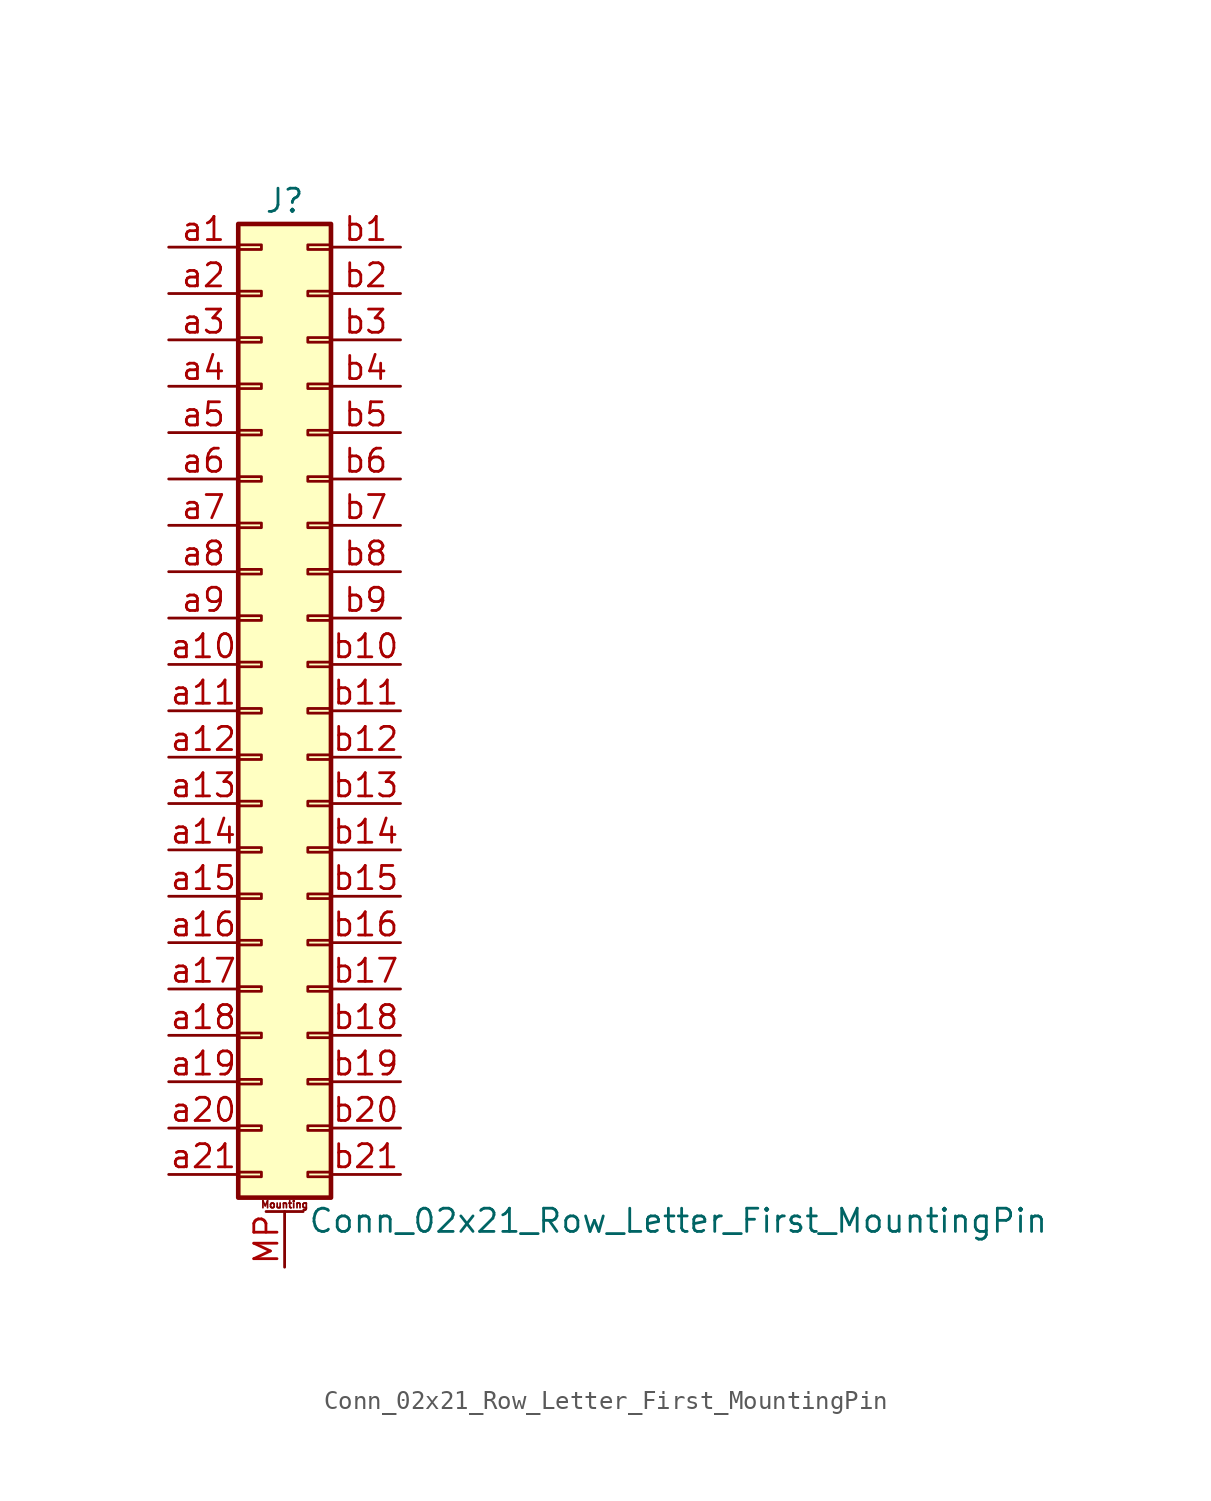
<source format=kicad_sym>
(kicad_symbol_lib
  (version 20220914)
  (generator kicad_symbol_editor)
  (symbol "Conn_02x21_Row_Letter_First_MountingPin"
    (pin_names
      (offset 1.016) hide)
    (property "Reference" "J"
      (at 1.27 27.94 0)
      (effects (font (size 1.27 1.27))))
    (property "Value" "Conn_02x21_Row_Letter_First_MountingPin"
      (at 2.54 -27.94 0)
      (effects (font (size 1.27 1.27)) (justify left)))
    (symbol "Conn_02x21_Row_Letter_First_MountingPin_1_1"
      (rectangle (start -1.27 -25.273) (end 0 -25.527) (stroke (width 0.152) (type default)) (fill (type none)))
      (rectangle (start -1.27 -22.733) (end 0 -22.987) (stroke (width 0.152) (type default)) (fill (type none)))
      (rectangle (start -1.27 -20.193) (end 0 -20.447) (stroke (width 0.152) (type default)) (fill (type none)))
      (rectangle (start -1.27 -17.653) (end 0 -17.907) (stroke (width 0.152) (type default)) (fill (type none)))
      (rectangle (start -1.27 -15.113) (end 0 -15.367) (stroke (width 0.152) (type default)) (fill (type none)))
      (rectangle (start -1.27 -12.573) (end 0 -12.827) (stroke (width 0.152) (type default)) (fill (type none)))
      (rectangle (start -1.27 -10.033) (end 0 -10.287) (stroke (width 0.152) (type default)) (fill (type none)))
      (rectangle (start -1.27 -7.493) (end 0 -7.747) (stroke (width 0.152) (type default)) (fill (type none)))
      (rectangle (start -1.27 -4.953) (end 0 -5.207) (stroke (width 0.152) (type default)) (fill (type none)))
      (rectangle (start -1.27 -2.413) (end 0 -2.667) (stroke (width 0.152) (type default)) (fill (type none)))
      (rectangle (start -1.27 0.127) (end 0 -0.127) (stroke (width 0.152) (type default)) (fill (type none)))
      (rectangle (start -1.27 2.667) (end 0 2.413) (stroke (width 0.152) (type default)) (fill (type none)))
      (rectangle (start -1.27 5.207) (end 0 4.953) (stroke (width 0.152) (type default)) (fill (type none)))
      (rectangle (start -1.27 7.747) (end 0 7.493) (stroke (width 0.152) (type default)) (fill (type none)))
      (rectangle (start -1.27 10.287) (end 0 10.033) (stroke (width 0.152) (type default)) (fill (type none)))
      (rectangle (start -1.27 12.827) (end 0 12.573) (stroke (width 0.152) (type default)) (fill (type none)))
      (rectangle (start -1.27 15.367) (end 0 15.113) (stroke (width 0.152) (type default)) (fill (type none)))
      (rectangle (start -1.27 17.907) (end 0 17.653) (stroke (width 0.152) (type default)) (fill (type none)))
      (rectangle (start -1.27 20.447) (end 0 20.193) (stroke (width 0.152) (type default)) (fill (type none)))
      (rectangle (start -1.27 22.987) (end 0 22.733) (stroke (width 0.152) (type default)) (fill (type none)))
      (rectangle (start -1.27 25.527) (end 0 25.273) (stroke (width 0.152) (type default)) (fill (type none)))
      (rectangle (start -1.27 26.67) (end 3.81 -26.67) (stroke (width 0.254) (type default)) (fill (type background)))
      (polyline (pts (xy 0.254 -27.432) (xy 2.286 -27.432)) (stroke (width 0.152) (type default)) (fill (type none)))
      (rectangle (start 3.81 -25.273) (end 2.54 -25.527) (stroke (width 0.152) (type default)) (fill (type none)))
      (rectangle (start 3.81 -22.733) (end 2.54 -22.987) (stroke (width 0.152) (type default)) (fill (type none)))
      (rectangle (start 3.81 -20.193) (end 2.54 -20.447) (stroke (width 0.152) (type default)) (fill (type none)))
      (rectangle (start 3.81 -17.653) (end 2.54 -17.907) (stroke (width 0.152) (type default)) (fill (type none)))
      (rectangle (start 3.81 -15.113) (end 2.54 -15.367) (stroke (width 0.152) (type default)) (fill (type none)))
      (rectangle (start 3.81 -12.573) (end 2.54 -12.827) (stroke (width 0.152) (type default)) (fill (type none)))
      (rectangle (start 3.81 -10.033) (end 2.54 -10.287) (stroke (width 0.152) (type default)) (fill (type none)))
      (rectangle (start 3.81 -7.493) (end 2.54 -7.747) (stroke (width 0.152) (type default)) (fill (type none)))
      (rectangle (start 3.81 -4.953) (end 2.54 -5.207) (stroke (width 0.152) (type default)) (fill (type none)))
      (rectangle (start 3.81 -2.413) (end 2.54 -2.667) (stroke (width 0.152) (type default)) (fill (type none)))
      (rectangle (start 3.81 0.127) (end 2.54 -0.127) (stroke (width 0.152) (type default)) (fill (type none)))
      (rectangle (start 3.81 2.667) (end 2.54 2.413) (stroke (width 0.152) (type default)) (fill (type none)))
      (rectangle (start 3.81 5.207) (end 2.54 4.953) (stroke (width 0.152) (type default)) (fill (type none)))
      (rectangle (start 3.81 7.747) (end 2.54 7.493) (stroke (width 0.152) (type default)) (fill (type none)))
      (rectangle (start 3.81 10.287) (end 2.54 10.033) (stroke (width 0.152) (type default)) (fill (type none)))
      (rectangle (start 3.81 12.827) (end 2.54 12.573) (stroke (width 0.152) (type default)) (fill (type none)))
      (rectangle (start 3.81 15.367) (end 2.54 15.113) (stroke (width 0.152) (type default)) (fill (type none)))
      (rectangle (start 3.81 17.907) (end 2.54 17.653) (stroke (width 0.152) (type default)) (fill (type none)))
      (rectangle (start 3.81 20.447) (end 2.54 20.193) (stroke (width 0.152) (type default)) (fill (type none)))
      (rectangle (start 3.81 22.987) (end 2.54 22.733) (stroke (width 0.152) (type default)) (fill (type none)))
      (rectangle (start 3.81 25.527) (end 2.54 25.273) (stroke (width 0.152) (type default)) (fill (type none)))
      (text "Mounting" (at 1.27 -27.051 0) (effects (font (size 0.381 0.381))))
      (pin passive line (at 1.27 -30.48 90) (length 3.048) (name "MountPin" (effects (font (size 1.27 1.27)))) (number "MP" (effects (font (size 1.27 1.27)))))
      (pin passive line (at -5.08 25.4 0) (length 3.81) (name "Pin_a1" (effects (font (size 1.27 1.27)))) (number "a1" (effects (font (size 1.27 1.27)))))
      (pin passive line (at -5.08 2.54 0) (length 3.81) (name "Pin_a10" (effects (font (size 1.27 1.27)))) (number "a10" (effects (font (size 1.27 1.27)))))
      (pin passive line (at -5.08 0 0) (length 3.81) (name "Pin_a11" (effects (font (size 1.27 1.27)))) (number "a11" (effects (font (size 1.27 1.27)))))
      (pin passive line (at -5.08 -2.54 0) (length 3.81) (name "Pin_a12" (effects (font (size 1.27 1.27)))) (number "a12" (effects (font (size 1.27 1.27)))))
      (pin passive line (at -5.08 -5.08 0) (length 3.81) (name "Pin_a13" (effects (font (size 1.27 1.27)))) (number "a13" (effects (font (size 1.27 1.27)))))
      (pin passive line (at -5.08 -7.62 0) (length 3.81) (name "Pin_a14" (effects (font (size 1.27 1.27)))) (number "a14" (effects (font (size 1.27 1.27)))))
      (pin passive line (at -5.08 -10.16 0) (length 3.81) (name "Pin_a15" (effects (font (size 1.27 1.27)))) (number "a15" (effects (font (size 1.27 1.27)))))
      (pin passive line (at -5.08 -12.7 0) (length 3.81) (name "Pin_a16" (effects (font (size 1.27 1.27)))) (number "a16" (effects (font (size 1.27 1.27)))))
      (pin passive line (at -5.08 -15.24 0) (length 3.81) (name "Pin_a17" (effects (font (size 1.27 1.27)))) (number "a17" (effects (font (size 1.27 1.27)))))
      (pin passive line (at -5.08 -17.78 0) (length 3.81) (name "Pin_a18" (effects (font (size 1.27 1.27)))) (number "a18" (effects (font (size 1.27 1.27)))))
      (pin passive line (at -5.08 -20.32 0) (length 3.81) (name "Pin_a19" (effects (font (size 1.27 1.27)))) (number "a19" (effects (font (size 1.27 1.27)))))
      (pin passive line (at -5.08 22.86 0) (length 3.81) (name "Pin_a2" (effects (font (size 1.27 1.27)))) (number "a2" (effects (font (size 1.27 1.27)))))
      (pin passive line (at -5.08 -22.86 0) (length 3.81) (name "Pin_a20" (effects (font (size 1.27 1.27)))) (number "a20" (effects (font (size 1.27 1.27)))))
      (pin passive line (at -5.08 -25.4 0) (length 3.81) (name "Pin_a21" (effects (font (size 1.27 1.27)))) (number "a21" (effects (font (size 1.27 1.27)))))
      (pin passive line (at -5.08 20.32 0) (length 3.81) (name "Pin_a3" (effects (font (size 1.27 1.27)))) (number "a3" (effects (font (size 1.27 1.27)))))
      (pin passive line (at -5.08 17.78 0) (length 3.81) (name "Pin_a4" (effects (font (size 1.27 1.27)))) (number "a4" (effects (font (size 1.27 1.27)))))
      (pin passive line (at -5.08 15.24 0) (length 3.81) (name "Pin_a5" (effects (font (size 1.27 1.27)))) (number "a5" (effects (font (size 1.27 1.27)))))
      (pin passive line (at -5.08 12.7 0) (length 3.81) (name "Pin_a6" (effects (font (size 1.27 1.27)))) (number "a6" (effects (font (size 1.27 1.27)))))
      (pin passive line (at -5.08 10.16 0) (length 3.81) (name "Pin_a7" (effects (font (size 1.27 1.27)))) (number "a7" (effects (font (size 1.27 1.27)))))
      (pin passive line (at -5.08 7.62 0) (length 3.81) (name "Pin_a8" (effects (font (size 1.27 1.27)))) (number "a8" (effects (font (size 1.27 1.27)))))
      (pin passive line (at -5.08 5.08 0) (length 3.81) (name "Pin_a9" (effects (font (size 1.27 1.27)))) (number "a9" (effects (font (size 1.27 1.27)))))
      (pin passive line (at 7.62 25.4 180) (length 3.81) (name "Pin_b1" (effects (font (size 1.27 1.27)))) (number "b1" (effects (font (size 1.27 1.27)))))
      (pin passive line (at 7.62 2.54 180) (length 3.81) (name "Pin_b10" (effects (font (size 1.27 1.27)))) (number "b10" (effects (font (size 1.27 1.27)))))
      (pin passive line (at 7.62 0 180) (length 3.81) (name "Pin_b11" (effects (font (size 1.27 1.27)))) (number "b11" (effects (font (size 1.27 1.27)))))
      (pin passive line (at 7.62 -2.54 180) (length 3.81) (name "Pin_b12" (effects (font (size 1.27 1.27)))) (number "b12" (effects (font (size 1.27 1.27)))))
      (pin passive line (at 7.62 -5.08 180) (length 3.81) (name "Pin_b13" (effects (font (size 1.27 1.27)))) (number "b13" (effects (font (size 1.27 1.27)))))
      (pin passive line (at 7.62 -7.62 180) (length 3.81) (name "Pin_b14" (effects (font (size 1.27 1.27)))) (number "b14" (effects (font (size 1.27 1.27)))))
      (pin passive line (at 7.62 -10.16 180) (length 3.81) (name "Pin_b15" (effects (font (size 1.27 1.27)))) (number "b15" (effects (font (size 1.27 1.27)))))
      (pin passive line (at 7.62 -12.7 180) (length 3.81) (name "Pin_b16" (effects (font (size 1.27 1.27)))) (number "b16" (effects (font (size 1.27 1.27)))))
      (pin passive line (at 7.62 -15.24 180) (length 3.81) (name "Pin_b17" (effects (font (size 1.27 1.27)))) (number "b17" (effects (font (size 1.27 1.27)))))
      (pin passive line (at 7.62 -17.78 180) (length 3.81) (name "Pin_b18" (effects (font (size 1.27 1.27)))) (number "b18" (effects (font (size 1.27 1.27)))))
      (pin passive line (at 7.62 -20.32 180) (length 3.81) (name "Pin_b19" (effects (font (size 1.27 1.27)))) (number "b19" (effects (font (size 1.27 1.27)))))
      (pin passive line (at 7.62 22.86 180) (length 3.81) (name "Pin_b2" (effects (font (size 1.27 1.27)))) (number "b2" (effects (font (size 1.27 1.27)))))
      (pin passive line (at 7.62 -22.86 180) (length 3.81) (name "Pin_b20" (effects (font (size 1.27 1.27)))) (number "b20" (effects (font (size 1.27 1.27)))))
      (pin passive line (at 7.62 -25.4 180) (length 3.81) (name "Pin_b21" (effects (font (size 1.27 1.27)))) (number "b21" (effects (font (size 1.27 1.27)))))
      (pin passive line (at 7.62 20.32 180) (length 3.81) (name "Pin_b3" (effects (font (size 1.27 1.27)))) (number "b3" (effects (font (size 1.27 1.27)))))
      (pin passive line (at 7.62 17.78 180) (length 3.81) (name "Pin_b4" (effects (font (size 1.27 1.27)))) (number "b4" (effects (font (size 1.27 1.27)))))
      (pin passive line (at 7.62 15.24 180) (length 3.81) (name "Pin_b5" (effects (font (size 1.27 1.27)))) (number "b5" (effects (font (size 1.27 1.27)))))
      (pin passive line (at 7.62 12.7 180) (length 3.81) (name "Pin_b6" (effects (font (size 1.27 1.27)))) (number "b6" (effects (font (size 1.27 1.27)))))
      (pin passive line (at 7.62 10.16 180) (length 3.81) (name "Pin_b7" (effects (font (size 1.27 1.27)))) (number "b7" (effects (font (size 1.27 1.27)))))
      (pin passive line (at 7.62 7.62 180) (length 3.81) (name "Pin_b8" (effects (font (size 1.27 1.27)))) (number "b8" (effects (font (size 1.27 1.27)))))
      (pin passive line (at 7.62 5.08 180) (length 3.81) (name "Pin_b9" (effects (font (size 1.27 1.27)))) (number "b9" (effects (font (size 1.27 1.27))))))))
</source>
